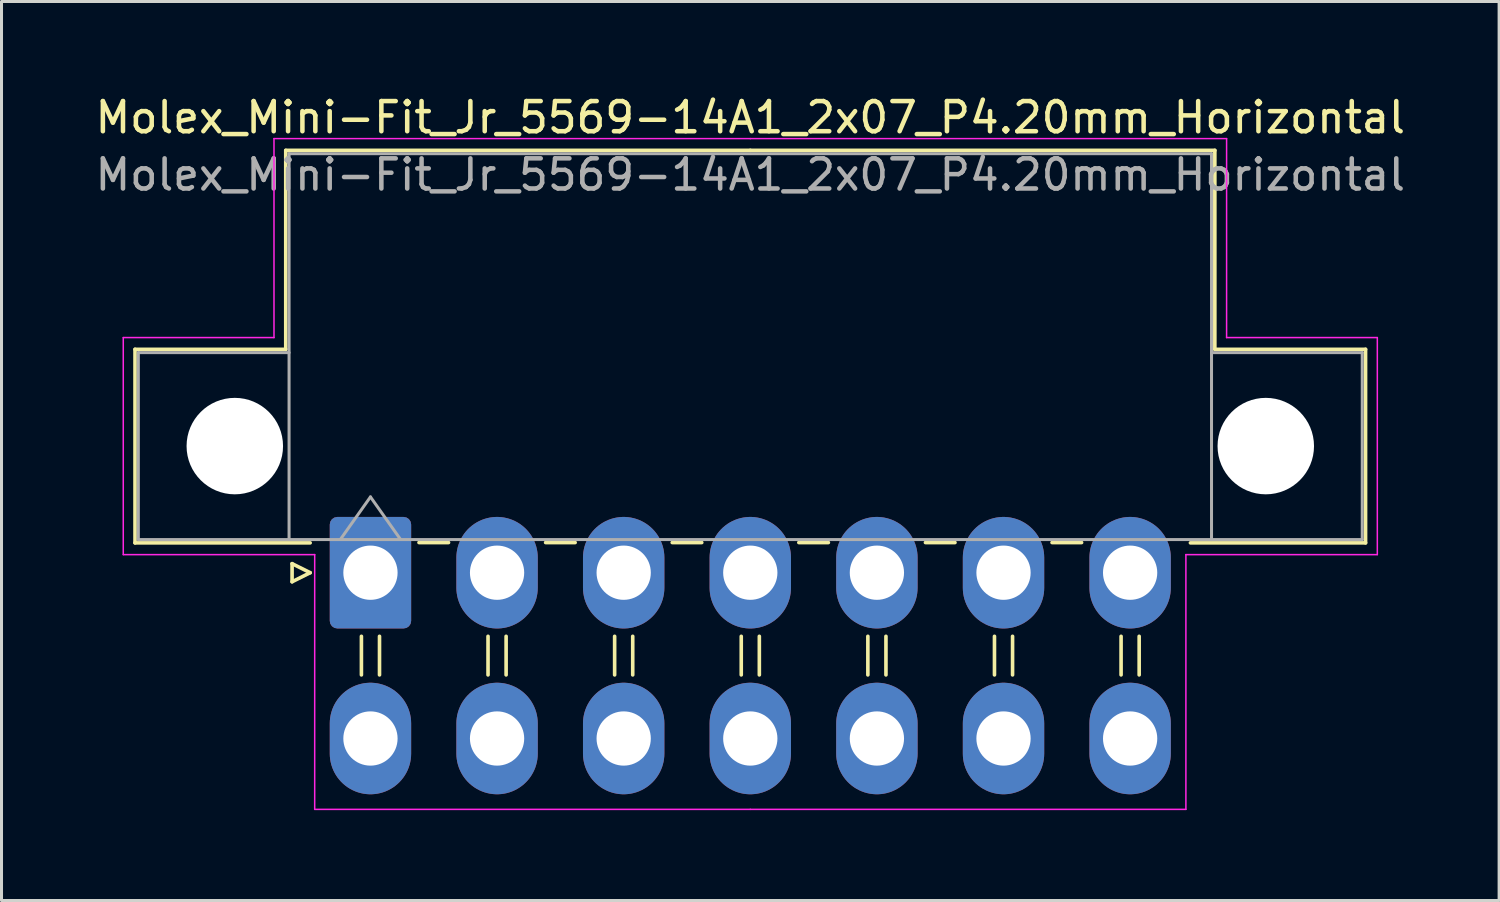
<source format=kicad_pcb>
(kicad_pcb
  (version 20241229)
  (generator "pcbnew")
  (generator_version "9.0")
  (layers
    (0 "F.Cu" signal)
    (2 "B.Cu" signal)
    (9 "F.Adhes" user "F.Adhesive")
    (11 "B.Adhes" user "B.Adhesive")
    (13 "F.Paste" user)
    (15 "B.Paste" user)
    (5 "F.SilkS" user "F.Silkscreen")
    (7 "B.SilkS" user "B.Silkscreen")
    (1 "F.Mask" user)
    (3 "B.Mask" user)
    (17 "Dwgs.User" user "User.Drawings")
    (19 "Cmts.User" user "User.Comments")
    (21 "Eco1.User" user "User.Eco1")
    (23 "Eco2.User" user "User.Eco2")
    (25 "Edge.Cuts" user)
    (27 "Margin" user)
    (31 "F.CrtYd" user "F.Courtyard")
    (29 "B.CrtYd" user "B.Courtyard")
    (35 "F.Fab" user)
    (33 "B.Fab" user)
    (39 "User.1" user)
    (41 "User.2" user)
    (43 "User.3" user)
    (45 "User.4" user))
  (footprint "Molex_Mini-Fit_Jr_5569-14A1_2x07_P4.20mm_Horizontal"
    (layer "F.Cu")
    (at 9.239 15.948)
    (property "Reference" "Molex_Mini-Fit_Jr_5569-14A1_2x07_P4.20mm_Horizontal" (at 12.6 -15.1 0) (layer "F.SilkS") (effects (font (size 1 1) (thickness 0.15))))
    (attr through_hole)
    (fp_line (start -7.81 -7.41) (end -7.81 -0.99) (stroke (width 0.12) (type solid)) (layer "F.SilkS"))
    (fp_line (start -7.81 -0.99) (end -2 -0.99) (stroke (width 0.12) (type solid)) (layer "F.SilkS"))
    (fp_line (start -2.81 -14.01) (end -2.81 -7.41) (stroke (width 0.12) (type solid)) (layer "F.SilkS"))
    (fp_line (start -2.81 -7.41) (end -7.81 -7.41) (stroke (width 0.12) (type solid)) (layer "F.SilkS"))
    (fp_line (start -2.6 -0.3) (end -2 0) (stroke (width 0.12) (type solid)) (layer "F.SilkS"))
    (fp_line (start -2.6 0.3) (end -2.6 -0.3) (stroke (width 0.12) (type solid)) (layer "F.SilkS"))
    (fp_line (start -2 0) (end -2.6 0.3) (stroke (width 0.12) (type solid)) (layer "F.SilkS"))
    (fp_line (start -0.3 2.11) (end -0.3 3.39) (stroke (width 0.12) (type solid)) (layer "F.SilkS"))
    (fp_line (start 0.3 2.11) (end 0.3 3.39) (stroke (width 0.12) (type solid)) (layer "F.SilkS"))
    (fp_line (start 1.61 -1) (end 2.59 -1) (stroke (width 0.12) (type solid)) (layer "F.SilkS"))
    (fp_line (start 3.9 2.11) (end 3.9 3.39) (stroke (width 0.12) (type solid)) (layer "F.SilkS"))
    (fp_line (start 4.5 2.11) (end 4.5 3.39) (stroke (width 0.12) (type solid)) (layer "F.SilkS"))
    (fp_line (start 5.81 -1) (end 6.79 -1) (stroke (width 0.12) (type solid)) (layer "F.SilkS"))
    (fp_line (start 8.1 2.11) (end 8.1 3.39) (stroke (width 0.12) (type solid)) (layer "F.SilkS"))
    (fp_line (start 8.7 2.11) (end 8.7 3.39) (stroke (width 0.12) (type solid)) (layer "F.SilkS"))
    (fp_line (start 10.01 -1) (end 10.99 -1) (stroke (width 0.12) (type solid)) (layer "F.SilkS"))
    (fp_line (start 12.3 2.11) (end 12.3 3.39) (stroke (width 0.12) (type solid)) (layer "F.SilkS"))
    (fp_line (start 12.6 -14.01) (end -2.81 -14.01) (stroke (width 0.12) (type solid)) (layer "F.SilkS"))
    (fp_line (start 12.6 -14.01) (end 28.01 -14.01) (stroke (width 0.12) (type solid)) (layer "F.SilkS"))
    (fp_line (start 12.9 2.11) (end 12.9 3.39) (stroke (width 0.12) (type solid)) (layer "F.SilkS"))
    (fp_line (start 14.21 -1) (end 15.19 -1) (stroke (width 0.12) (type solid)) (layer "F.SilkS"))
    (fp_line (start 16.5 2.11) (end 16.5 3.39) (stroke (width 0.12) (type solid)) (layer "F.SilkS"))
    (fp_line (start 17.1 2.11) (end 17.1 3.39) (stroke (width 0.12) (type solid)) (layer "F.SilkS"))
    (fp_line (start 18.41 -1) (end 19.39 -1) (stroke (width 0.12) (type solid)) (layer "F.SilkS"))
    (fp_line (start 20.7 2.11) (end 20.7 3.39) (stroke (width 0.12) (type solid)) (layer "F.SilkS"))
    (fp_line (start 21.3 2.11) (end 21.3 3.39) (stroke (width 0.12) (type solid)) (layer "F.SilkS"))
    (fp_line (start 22.61 -1) (end 23.59 -1) (stroke (width 0.12) (type solid)) (layer "F.SilkS"))
    (fp_line (start 24.9 2.11) (end 24.9 3.39) (stroke (width 0.12) (type solid)) (layer "F.SilkS"))
    (fp_line (start 25.5 2.11) (end 25.5 3.39) (stroke (width 0.12) (type solid)) (layer "F.SilkS"))
    (fp_line (start 28.01 -14.01) (end 28.01 -7.41) (stroke (width 0.12) (type solid)) (layer "F.SilkS"))
    (fp_line (start 28.01 -7.41) (end 33.01 -7.41) (stroke (width 0.12) (type solid)) (layer "F.SilkS"))
    (fp_line (start 33.01 -7.41) (end 33.01 -0.99) (stroke (width 0.12) (type solid)) (layer "F.SilkS"))
    (fp_line (start 33.01 -0.99) (end 27.2 -0.99) (stroke (width 0.12) (type solid)) (layer "F.SilkS"))
    (fp_line (start -8.2 -7.8) (end -8.2 -0.6) (stroke (width 0.05) (type solid)) (layer "F.CrtYd"))
    (fp_line (start -8.2 -0.6) (end -1.85 -0.6) (stroke (width 0.05) (type solid)) (layer "F.CrtYd"))
    (fp_line (start -3.2 -14.4) (end -3.2 -7.8) (stroke (width 0.05) (type solid)) (layer "F.CrtYd"))
    (fp_line (start -3.2 -7.8) (end -8.2 -7.8) (stroke (width 0.05) (type solid)) (layer "F.CrtYd"))
    (fp_line (start -1.85 -0.6) (end -1.85 7.85) (stroke (width 0.05) (type solid)) (layer "F.CrtYd"))
    (fp_line (start -1.85 7.85) (end 12.6 7.85) (stroke (width 0.05) (type solid)) (layer "F.CrtYd"))
    (fp_line (start 12.6 -14.4) (end -3.2 -14.4) (stroke (width 0.05) (type solid)) (layer "F.CrtYd"))
    (fp_line (start 12.6 -14.4) (end 28.4 -14.4) (stroke (width 0.05) (type solid)) (layer "F.CrtYd"))
    (fp_line (start 27.05 -0.6) (end 27.05 7.85) (stroke (width 0.05) (type solid)) (layer "F.CrtYd"))
    (fp_line (start 27.05 7.85) (end 12.6 7.85) (stroke (width 0.05) (type solid)) (layer "F.CrtYd"))
    (fp_line (start 28.4 -14.4) (end 28.4 -7.8) (stroke (width 0.05) (type solid)) (layer "F.CrtYd"))
    (fp_line (start 28.4 -7.8) (end 33.4 -7.8) (stroke (width 0.05) (type solid)) (layer "F.CrtYd"))
    (fp_line (start 33.4 -7.8) (end 33.4 -0.6) (stroke (width 0.05) (type solid)) (layer "F.CrtYd"))
    (fp_line (start 33.4 -0.6) (end 27.05 -0.6) (stroke (width 0.05) (type solid)) (layer "F.CrtYd"))
    (fp_line (start -7.7 -7.3) (end -7.7 -1.1) (stroke (width 0.1) (type solid)) (layer "F.Fab"))
    (fp_line (start -7.7 -1.1) (end -2.7 -1.1) (stroke (width 0.1) (type solid)) (layer "F.Fab"))
    (fp_line (start -2.7 -13.9) (end -2.7 -1.1) (stroke (width 0.1) (type solid)) (layer "F.Fab"))
    (fp_line (start -2.7 -7.3) (end -7.7 -7.3) (stroke (width 0.1) (type solid)) (layer "F.Fab"))
    (fp_line (start -2.7 -1.1) (end 27.9 -1.1) (stroke (width 0.1) (type solid)) (layer "F.Fab"))
    (fp_line (start -1 -1.1) (end 0 -2.514) (stroke (width 0.1) (type solid)) (layer "F.Fab"))
    (fp_line (start 0 -2.514) (end 1 -1.1) (stroke (width 0.1) (type solid)) (layer "F.Fab"))
    (fp_line (start 27.9 -13.9) (end -2.7 -13.9) (stroke (width 0.1) (type solid)) (layer "F.Fab"))
    (fp_line (start 27.9 -7.3) (end 32.9 -7.3) (stroke (width 0.1) (type solid)) (layer "F.Fab"))
    (fp_line (start 27.9 -1.1) (end 27.9 -13.9) (stroke (width 0.1) (type solid)) (layer "F.Fab"))
    (fp_line (start 32.9 -7.3) (end 32.9 -1.1) (stroke (width 0.1) (type solid)) (layer "F.Fab"))
    (fp_line (start 32.9 -1.1) (end 27.9 -1.1) (stroke (width 0.1) (type solid)) (layer "F.Fab"))
    (fp_text user "${REFERENCE}" (at 12.6 -13.2 0) (layer "F.Fab") (effects (font (size 1 1) (thickness 0.15))))
    (pad "" np_thru_hole circle (at -4.5 -4.2) (size 3.2 3.2) (drill 3.2) (layers "*.Cu" "*.Mask"))
    (pad "" np_thru_hole circle (at 29.7 -4.2) (size 3.2 3.2) (drill 3.2) (layers "*.Cu" "*.Mask"))
    (pad "1" thru_hole roundrect (at 0 0) (size 2.7 3.7) (drill 1.8) (layers "*.Cu" "*.Mask") (roundrect_rratio 0.093))
    (pad "2" thru_hole oval (at 4.2 0) (size 2.7 3.7) (drill 1.8) (layers "*.Cu" "*.Mask"))
    (pad "3" thru_hole oval (at 8.4 0) (size 2.7 3.7) (drill 1.8) (layers "*.Cu" "*.Mask"))
    (pad "4" thru_hole oval (at 12.6 0) (size 2.7 3.7) (drill 1.8) (layers "*.Cu" "*.Mask"))
    (pad "5" thru_hole oval (at 16.8 0) (size 2.7 3.7) (drill 1.8) (layers "*.Cu" "*.Mask"))
    (pad "6" thru_hole oval (at 21 0) (size 2.7 3.7) (drill 1.8) (layers "*.Cu" "*.Mask"))
    (pad "7" thru_hole oval (at 25.2 0) (size 2.7 3.7) (drill 1.8) (layers "*.Cu" "*.Mask"))
    (pad "8" thru_hole oval (at 0 5.5) (size 2.7 3.7) (drill 1.8) (layers "*.Cu" "*.Mask"))
    (pad "9" thru_hole oval (at 4.2 5.5) (size 2.7 3.7) (drill 1.8) (layers "*.Cu" "*.Mask"))
    (pad "10" thru_hole oval (at 8.4 5.5) (size 2.7 3.7) (drill 1.8) (layers "*.Cu" "*.Mask"))
    (pad "11" thru_hole oval (at 12.6 5.5) (size 2.7 3.7) (drill 1.8) (layers "*.Cu" "*.Mask"))
    (pad "12" thru_hole oval (at 16.8 5.5) (size 2.7 3.7) (drill 1.8) (layers "*.Cu" "*.Mask"))
    (pad "13" thru_hole oval (at 21 5.5) (size 2.7 3.7) (drill 1.8) (layers "*.Cu" "*.Mask"))
    (pad "14" thru_hole oval (at 25.2 5.5) (size 2.7 3.7) (drill 1.8) (layers "*.Cu" "*.Mask")))
  (gr_rect
    (start -3 -3)
    (end 46.679 26.823)
    (stroke (width 0.1) (type default))
    (fill no)
    (layer "Edge.Cuts")))
</source>
